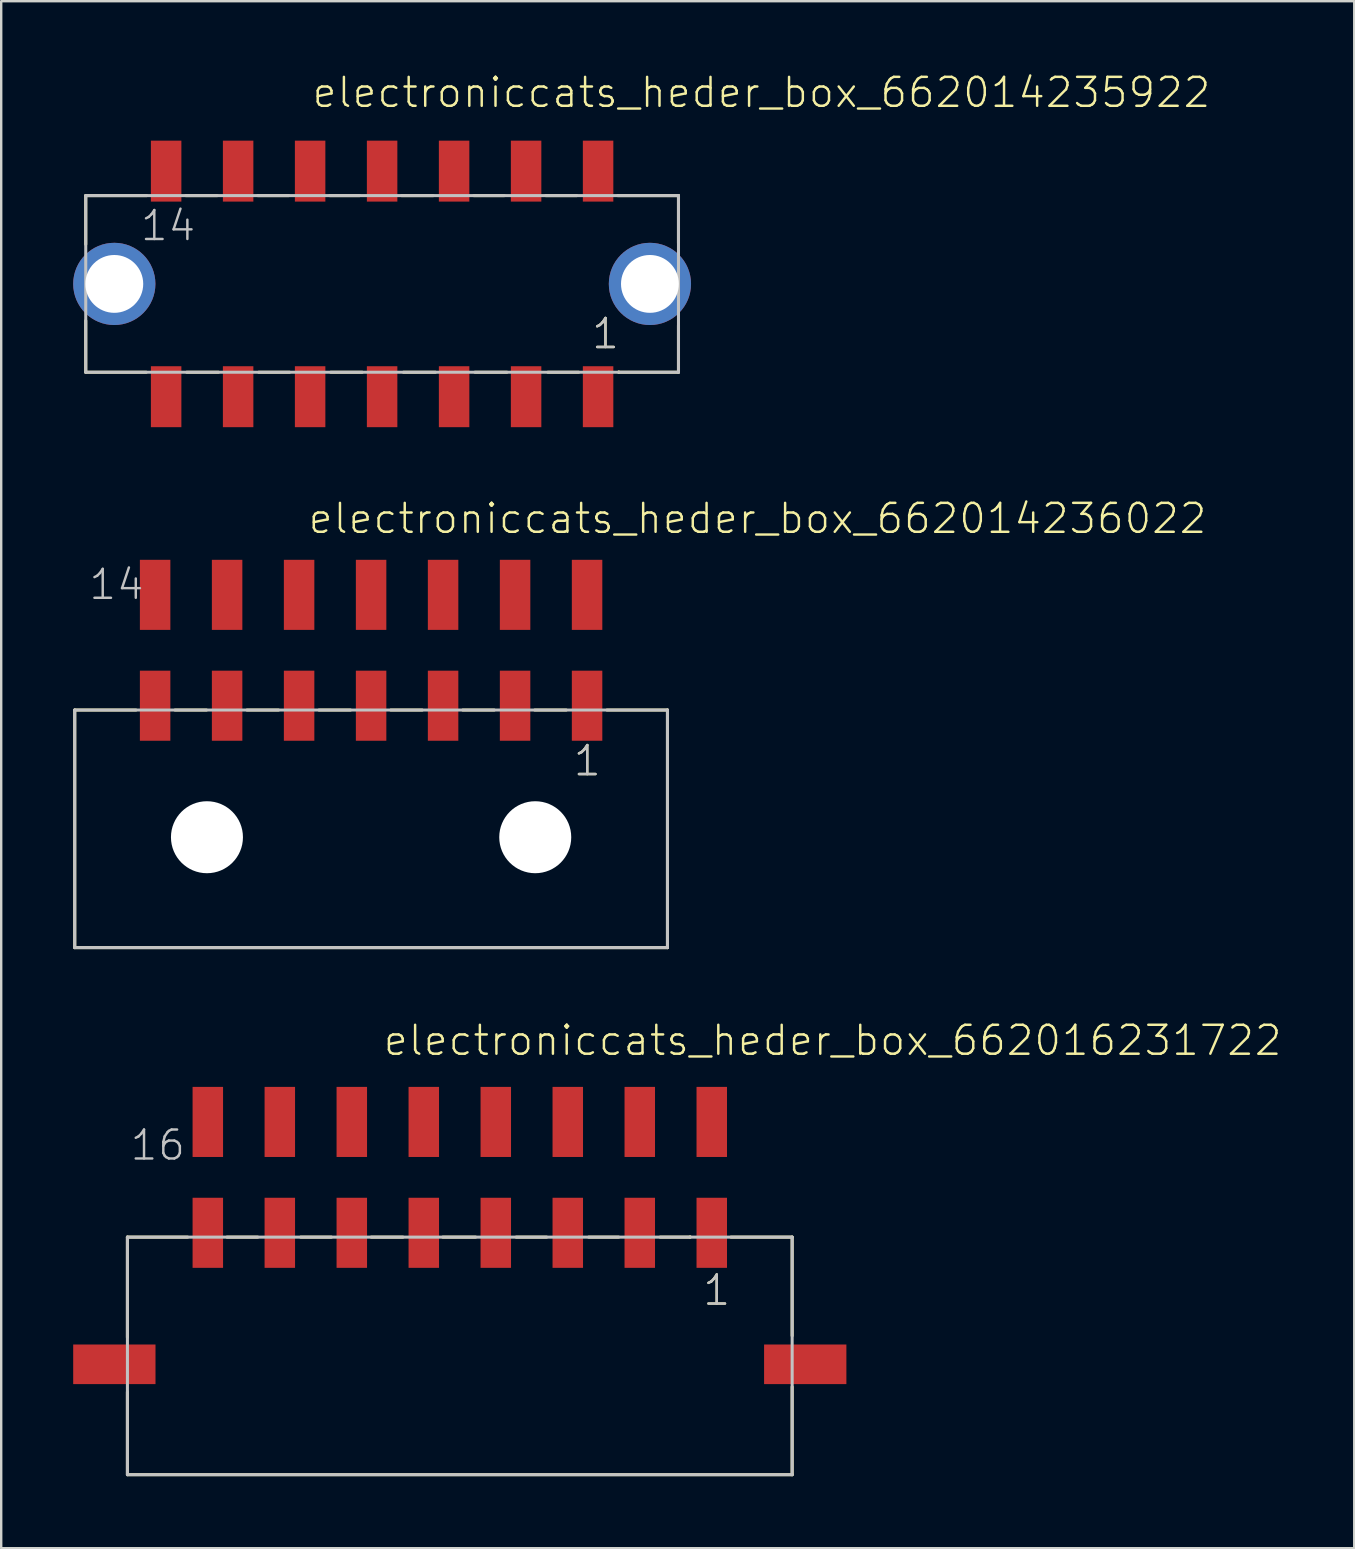
<source format=kicad_pcb>
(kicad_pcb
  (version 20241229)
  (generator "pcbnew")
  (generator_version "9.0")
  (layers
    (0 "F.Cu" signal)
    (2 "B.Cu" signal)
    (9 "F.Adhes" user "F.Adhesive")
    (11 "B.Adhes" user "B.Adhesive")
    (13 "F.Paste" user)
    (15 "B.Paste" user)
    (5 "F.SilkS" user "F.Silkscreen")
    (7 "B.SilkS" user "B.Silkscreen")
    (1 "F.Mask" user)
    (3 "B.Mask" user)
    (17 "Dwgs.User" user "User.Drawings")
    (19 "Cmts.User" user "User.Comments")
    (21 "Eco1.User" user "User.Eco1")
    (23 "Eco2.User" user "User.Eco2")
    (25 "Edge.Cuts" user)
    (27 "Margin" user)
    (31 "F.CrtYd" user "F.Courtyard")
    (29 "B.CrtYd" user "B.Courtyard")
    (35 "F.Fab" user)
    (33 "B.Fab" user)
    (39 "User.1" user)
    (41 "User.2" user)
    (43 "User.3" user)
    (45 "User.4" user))
  (footprint "electroniccats_heder_box_662014235922"
    (layer "F.Cu")
    (at 12.873 8.781)
    (property "Reference" "electroniccats_heder_box_662014235922" (at -2.98 -7.27 0) (layer "F.SilkS") (effects (font (size 1.206 1.206) (thickness 0.102)) (justify left bottom)))
    (attr through_hole)
    (fp_line (start -12.35 -3.68) (end -12.35 -1.65) (stroke (width 0.127) (type solid)) (layer "F.SilkS"))
    (fp_line (start -12.35 3.68) (end -12.35 1.53) (stroke (width 0.127) (type solid)) (layer "F.SilkS"))
    (fp_line (start -9.83 3.68) (end -12.35 3.68) (stroke (width 0.127) (type solid)) (layer "F.SilkS"))
    (fp_line (start -9.81 -3.68) (end -12.35 -3.68) (stroke (width 0.127) (type solid)) (layer "F.SilkS"))
    (fp_line (start -8.18 -3.68) (end -6.87 -3.68) (stroke (width 0.127) (type solid)) (layer "F.SilkS"))
    (fp_line (start -6.82 3.68) (end -8.14 3.68) (stroke (width 0.127) (type solid)) (layer "F.SilkS"))
    (fp_line (start -5.18 -3.68) (end -3.89 -3.68) (stroke (width 0.127) (type solid)) (layer "F.SilkS"))
    (fp_line (start -3.86 3.68) (end -5.14 3.68) (stroke (width 0.127) (type solid)) (layer "F.SilkS"))
    (fp_line (start -2.18 -3.68) (end -0.94 -3.68) (stroke (width 0.127) (type solid)) (layer "F.SilkS"))
    (fp_line (start -0.83 3.68) (end -2.14 3.68) (stroke (width 0.127) (type solid)) (layer "F.SilkS"))
    (fp_line (start 0.81 -3.68) (end 2.13 -3.68) (stroke (width 0.127) (type solid)) (layer "F.SilkS"))
    (fp_line (start 2.22 3.68) (end 0.89 3.68) (stroke (width 0.127) (type solid)) (layer "F.SilkS"))
    (fp_line (start 3.82 -3.68) (end 5.09 -3.68) (stroke (width 0.127) (type solid)) (layer "F.SilkS"))
    (fp_line (start 5.2 3.68) (end 3.87 3.68) (stroke (width 0.127) (type solid)) (layer "F.SilkS"))
    (fp_line (start 6.82 -3.68) (end 8.11 -3.68) (stroke (width 0.127) (type solid)) (layer "F.SilkS"))
    (fp_line (start 8.19 3.68) (end 6.91 3.68) (stroke (width 0.127) (type solid)) (layer "F.SilkS"))
    (fp_line (start 9.82 -3.68) (end 12.35 -3.68) (stroke (width 0.127) (type solid)) (layer "F.SilkS"))
    (fp_line (start 9.86 3.68) (end 9.86 3.67) (stroke (width 0.127) (type solid)) (layer "F.SilkS"))
    (fp_line (start 12.35 -3.68) (end 12.35 -1.7) (stroke (width 0.127) (type solid)) (layer "F.SilkS"))
    (fp_line (start 12.35 1.73) (end 12.35 3.68) (stroke (width 0.127) (type solid)) (layer "F.SilkS"))
    (fp_line (start 12.35 3.68) (end 9.86 3.68) (stroke (width 0.127) (type solid)) (layer "F.SilkS"))
    (fp_line (start -12.35 -3.68) (end 12.35 -3.68) (stroke (width 0.127) (type solid)) (layer "Dwgs.User"))
    (fp_line (start -12.35 3.68) (end -12.35 -3.68) (stroke (width 0.127) (type solid)) (layer "Dwgs.User"))
    (fp_line (start 12.35 -3.68) (end 12.35 3.68) (stroke (width 0.127) (type solid)) (layer "Dwgs.User"))
    (fp_line (start 12.35 3.68) (end -12.35 3.68) (stroke (width 0.127) (type solid)) (layer "Dwgs.User"))
    (fp_text user "1" (at 8.665 2.78 0) (layer "F.SilkS") (effects (font (size 1.206 1.206) (thickness 0.102)) (justify left bottom)))
    (fp_text user "14" (at -10.135 -1.72 0) (layer "Dwgs.User") (effects (font (size 1.206 1.206) (thickness 0.102)) (justify left bottom)))
    (fp_text user "1" (at 8.665 2.78 0) (layer "Dwgs.User") (effects (font (size 1.206 1.206) (thickness 0.102)) (justify left bottom)))
    (pad "1" smd rect (at 9 4.7 90) (size 2.54 1.27) (layers "F.Cu" "F.Mask" "F.Paste"))
    (pad "2" smd rect (at 6 4.7 90) (size 2.54 1.27) (layers "F.Cu" "F.Mask" "F.Paste"))
    (pad "3" smd rect (at 3 4.7 90) (size 2.54 1.27) (layers "F.Cu" "F.Mask" "F.Paste"))
    (pad "4" smd rect (at 0 4.7 90) (size 2.54 1.27) (layers "F.Cu" "F.Mask" "F.Paste"))
    (pad "5" smd rect (at -3 4.7 90) (size 2.54 1.27) (layers "F.Cu" "F.Mask" "F.Paste"))
    (pad "6" smd rect (at -6 4.7 90) (size 2.54 1.27) (layers "F.Cu" "F.Mask" "F.Paste"))
    (pad "7" smd rect (at -9 4.7 90) (size 2.54 1.27) (layers "F.Cu" "F.Mask" "F.Paste"))
    (pad "8" smd rect (at 9 -4.7 90) (size 2.54 1.27) (layers "F.Cu" "F.Mask" "F.Paste"))
    (pad "9" smd rect (at 6 -4.7 90) (size 2.54 1.27) (layers "F.Cu" "F.Mask" "F.Paste"))
    (pad "10" smd rect (at 3 -4.7 90) (size 2.54 1.27) (layers "F.Cu" "F.Mask" "F.Paste"))
    (pad "11" smd rect (at 0 -4.7 90) (size 2.54 1.27) (layers "F.Cu" "F.Mask" "F.Paste"))
    (pad "12" smd rect (at -3 -4.7 90) (size 2.54 1.27) (layers "F.Cu" "F.Mask" "F.Paste"))
    (pad "13" smd rect (at -6 -4.7 90) (size 2.54 1.27) (layers "F.Cu" "F.Mask" "F.Paste"))
    (pad "14" smd rect (at -9 -4.7 90) (size 2.54 1.27) (layers "F.Cu" "F.Mask" "F.Paste"))
    (pad "Z1" thru_hole circle (at -11.16 0) (size 3.426 3.426) (drill 2.41) (layers "*.Cu" "*.Mask"))
    (pad "Z2" thru_hole circle (at 11.16 0) (size 3.426 3.426) (drill 2.41) (layers "*.Cu" "*.Mask")))
  (footprint "electroniccats_heder_box_662014236022"
    (layer "F.Cu")
    (at 12.414 31.838)
    (property "Reference" "electroniccats_heder_box_662014236022" (at -2.685 -12.575 0) (layer "F.SilkS") (effects (font (size 1.206 1.206) (thickness 0.102)) (justify left bottom)))
    (attr through_hole)
    (fp_line (start -12.35 -5.3) (end -12.35 4.6) (stroke (width 0.127) (type solid)) (layer "F.SilkS"))
    (fp_line (start -12.35 4.6) (end 12.35 4.6) (stroke (width 0.127) (type solid)) (layer "F.SilkS"))
    (fp_line (start -9.8 -5.3) (end -12.35 -5.3) (stroke (width 0.127) (type solid)) (layer "F.SilkS"))
    (fp_line (start -8.17 -5.3) (end -6.86 -5.3) (stroke (width 0.127) (type solid)) (layer "F.SilkS"))
    (fp_line (start -5.17 -5.3) (end -3.86 -5.3) (stroke (width 0.127) (type solid)) (layer "F.SilkS"))
    (fp_line (start -2.17 -5.3) (end -0.86 -5.3) (stroke (width 0.127) (type solid)) (layer "F.SilkS"))
    (fp_line (start 0.82 -5.3) (end 2.13 -5.3) (stroke (width 0.127) (type solid)) (layer "F.SilkS"))
    (fp_line (start 3.82 -5.3) (end 5.13 -5.3) (stroke (width 0.127) (type solid)) (layer "F.SilkS"))
    (fp_line (start 6.82 -5.3) (end 8.13 -5.3) (stroke (width 0.127) (type solid)) (layer "F.SilkS"))
    (fp_line (start 9.83 -5.3) (end 12.35 -5.3) (stroke (width 0.127) (type solid)) (layer "F.SilkS"))
    (fp_line (start 12.35 4.6) (end 12.35 -5.3) (stroke (width 0.127) (type solid)) (layer "F.SilkS"))
    (fp_line (start -12.35 -5.3) (end 12.35 -5.3) (stroke (width 0.127) (type solid)) (layer "Dwgs.User"))
    (fp_line (start -12.35 4.6) (end -12.35 -5.3) (stroke (width 0.127) (type solid)) (layer "Dwgs.User"))
    (fp_line (start 12.35 -5.3) (end 12.35 4.6) (stroke (width 0.127) (type solid)) (layer "Dwgs.User"))
    (fp_line (start 12.35 4.6) (end -12.35 4.6) (stroke (width 0.127) (type solid)) (layer "Dwgs.User"))
    (fp_text user "1" (at 8.365 -2.48 0) (layer "F.SilkS") (effects (font (size 1.206 1.206) (thickness 0.102)) (justify left bottom)))
    (fp_text user "1" (at 8.365 -2.48 0) (layer "Dwgs.User") (effects (font (size 1.206 1.206) (thickness 0.102)) (justify left bottom)))
    (fp_text user "14" (at -11.825 -9.825 0) (layer "Dwgs.User") (effects (font (size 1.206 1.206) (thickness 0.102)) (justify left bottom)))
    (pad "" np_thru_hole circle (at -6.84 0) (size 3 3) (drill 3) (layers "*.Cu"))
    (pad "" np_thru_hole circle (at 6.84 0) (size 3 3) (drill 3) (layers "*.Cu"))
    (pad "1" smd rect (at 9 -5.48 90) (size 2.92 1.27) (layers "F.Cu" "F.Mask" "F.Paste"))
    (pad "2" smd rect (at 6 -5.48 90) (size 2.92 1.27) (layers "F.Cu" "F.Mask" "F.Paste"))
    (pad "3" smd rect (at 3 -5.48 90) (size 2.92 1.27) (layers "F.Cu" "F.Mask" "F.Paste"))
    (pad "4" smd rect (at 0 -5.48 90) (size 2.92 1.27) (layers "F.Cu" "F.Mask" "F.Paste"))
    (pad "5" smd rect (at -3 -5.48 90) (size 2.92 1.27) (layers "F.Cu" "F.Mask" "F.Paste"))
    (pad "6" smd rect (at -6 -5.48 90) (size 2.92 1.27) (layers "F.Cu" "F.Mask" "F.Paste"))
    (pad "7" smd rect (at -9 -5.48 90) (size 2.92 1.27) (layers "F.Cu" "F.Mask" "F.Paste"))
    (pad "8" smd rect (at 9 -10.1 90) (size 2.92 1.27) (layers "F.Cu" "F.Mask" "F.Paste"))
    (pad "9" smd rect (at 6 -10.1 90) (size 2.92 1.27) (layers "F.Cu" "F.Mask" "F.Paste"))
    (pad "10" smd rect (at 3 -10.1 90) (size 2.92 1.27) (layers "F.Cu" "F.Mask" "F.Paste"))
    (pad "11" smd rect (at 0 -10.1 90) (size 2.92 1.27) (layers "F.Cu" "F.Mask" "F.Paste"))
    (pad "12" smd rect (at -3 -10.1 90) (size 2.92 1.27) (layers "F.Cu" "F.Mask" "F.Paste"))
    (pad "13" smd rect (at -6 -10.1 90) (size 2.92 1.27) (layers "F.Cu" "F.Mask" "F.Paste"))
    (pad "14" smd rect (at -9 -10.1 90) (size 2.92 1.27) (layers "F.Cu" "F.Mask" "F.Paste")))
  (footprint "electroniccats_heder_box_662016231722"
    (layer "F.Cu")
    (at 16.11 53.802)
    (property "Reference" "electroniccats_heder_box_662016231722" (at -3.25 -12.79 0) (layer "F.SilkS") (effects (font (size 1.206 1.206) (thickness 0.102)) (justify left bottom)))
    (attr through_hole)
    (fp_line (start -13.85 -5.3) (end -13.85 -1.12) (stroke (width 0.127) (type solid)) (layer "F.SilkS"))
    (fp_line (start -13.85 1.15) (end -13.85 4.58) (stroke (width 0.127) (type solid)) (layer "F.SilkS"))
    (fp_line (start -13.85 4.6) (end 13.85 4.6) (stroke (width 0.127) (type solid)) (layer "F.SilkS"))
    (fp_line (start -11.34 -5.3) (end -13.85 -5.3) (stroke (width 0.127) (type solid)) (layer "F.SilkS"))
    (fp_line (start -9.7 -5.3) (end -8.42 -5.3) (stroke (width 0.127) (type solid)) (layer "F.SilkS"))
    (fp_line (start -6.63 -5.3) (end -5.35 -5.3) (stroke (width 0.127) (type solid)) (layer "F.SilkS"))
    (fp_line (start -3.69 -5.3) (end -2.37 -5.3) (stroke (width 0.127) (type solid)) (layer "F.SilkS"))
    (fp_line (start -0.71 -5.3) (end 0.66 -5.3) (stroke (width 0.127) (type solid)) (layer "F.SilkS"))
    (fp_line (start 2.35 -5.3) (end 3.62 -5.3) (stroke (width 0.127) (type solid)) (layer "F.SilkS"))
    (fp_line (start 5.37 -5.3) (end 6.62 -5.3) (stroke (width 0.127) (type solid)) (layer "F.SilkS"))
    (fp_line (start 8.35 -5.3) (end 9.6 -5.3) (stroke (width 0.127) (type solid)) (layer "F.SilkS"))
    (fp_line (start 9.6 -5.3) (end 9.6 -5.31) (stroke (width 0.127) (type solid)) (layer "F.SilkS"))
    (fp_line (start 11.3 -5.3) (end 13.85 -5.3) (stroke (width 0.127) (type solid)) (layer "F.SilkS"))
    (fp_line (start 13.85 -5.3) (end 13.85 -1.19) (stroke (width 0.127) (type solid)) (layer "F.SilkS"))
    (fp_line (start 13.85 4.6) (end 13.85 0.94) (stroke (width 0.127) (type solid)) (layer "F.SilkS"))
    (fp_line (start -13.85 -5.3) (end 13.85 -5.3) (stroke (width 0.127) (type solid)) (layer "Dwgs.User"))
    (fp_line (start -13.85 4.6) (end -13.85 -5.3) (stroke (width 0.127) (type solid)) (layer "Dwgs.User"))
    (fp_line (start 13.85 -5.3) (end 13.85 4.6) (stroke (width 0.127) (type solid)) (layer "Dwgs.User"))
    (fp_line (start 13.85 4.6) (end -13.85 4.6) (stroke (width 0.127) (type solid)) (layer "Dwgs.User"))
    (fp_text user "1" (at 10.065 -2.38 0) (layer "F.SilkS") (effects (font (size 1.206 1.206) (thickness 0.102)) (justify left bottom)))
    (fp_text user "1" (at 10.065 -2.38 0) (layer "Dwgs.User") (effects (font (size 1.206 1.206) (thickness 0.102)) (justify left bottom)))
    (fp_text user "16" (at -13.8 -8.425 0) (layer "Dwgs.User") (effects (font (size 1.206 1.206) (thickness 0.102)) (justify left bottom)))
    (pad "1" smd rect (at 10.5 -5.48 90) (size 2.92 1.27) (layers "F.Cu" "F.Mask" "F.Paste"))
    (pad "2" smd rect (at 7.5 -5.48 90) (size 2.92 1.27) (layers "F.Cu" "F.Mask" "F.Paste"))
    (pad "3" smd rect (at 4.5 -5.48 90) (size 2.92 1.27) (layers "F.Cu" "F.Mask" "F.Paste"))
    (pad "4" smd rect (at 1.5 -5.48 90) (size 2.92 1.27) (layers "F.Cu" "F.Mask" "F.Paste"))
    (pad "5" smd rect (at -1.5 -5.48 90) (size 2.92 1.27) (layers "F.Cu" "F.Mask" "F.Paste"))
    (pad "6" smd rect (at -4.5 -5.48 90) (size 2.92 1.27) (layers "F.Cu" "F.Mask" "F.Paste"))
    (pad "7" smd rect (at -7.5 -5.48 90) (size 2.92 1.27) (layers "F.Cu" "F.Mask" "F.Paste"))
    (pad "8" smd rect (at -10.5 -5.48 90) (size 2.92 1.27) (layers "F.Cu" "F.Mask" "F.Paste"))
    (pad "9" smd rect (at 10.5 -10.1 90) (size 2.92 1.27) (layers "F.Cu" "F.Mask" "F.Paste"))
    (pad "10" smd rect (at 7.5 -10.1 90) (size 2.92 1.27) (layers "F.Cu" "F.Mask" "F.Paste"))
    (pad "11" smd rect (at 4.5 -10.1 90) (size 2.92 1.27) (layers "F.Cu" "F.Mask" "F.Paste"))
    (pad "12" smd rect (at 1.5 -10.1 90) (size 2.92 1.27) (layers "F.Cu" "F.Mask" "F.Paste"))
    (pad "13" smd rect (at -1.5 -10.1 90) (size 2.92 1.27) (layers "F.Cu" "F.Mask" "F.Paste"))
    (pad "14" smd rect (at -4.5 -10.1 90) (size 2.92 1.27) (layers "F.Cu" "F.Mask" "F.Paste"))
    (pad "15" smd rect (at -7.5 -10.1 90) (size 2.92 1.27) (layers "F.Cu" "F.Mask" "F.Paste"))
    (pad "16" smd rect (at -10.5 -10.1 90) (size 2.92 1.27) (layers "F.Cu" "F.Mask" "F.Paste"))
    (pad "M1" smd rect (at 14.395 0) (size 3.43 1.65) (layers "F.Cu" "F.Mask" "F.Paste"))
    (pad "M2" smd rect (at -14.395 0) (size 3.43 1.65) (layers "F.Cu" "F.Mask" "F.Paste")))
  (gr_rect
    (start -3 -3)
    (end 53.382 61.466)
    (stroke (width 0.1) (type default))
    (fill no)
    (layer "Edge.Cuts")))
</source>
